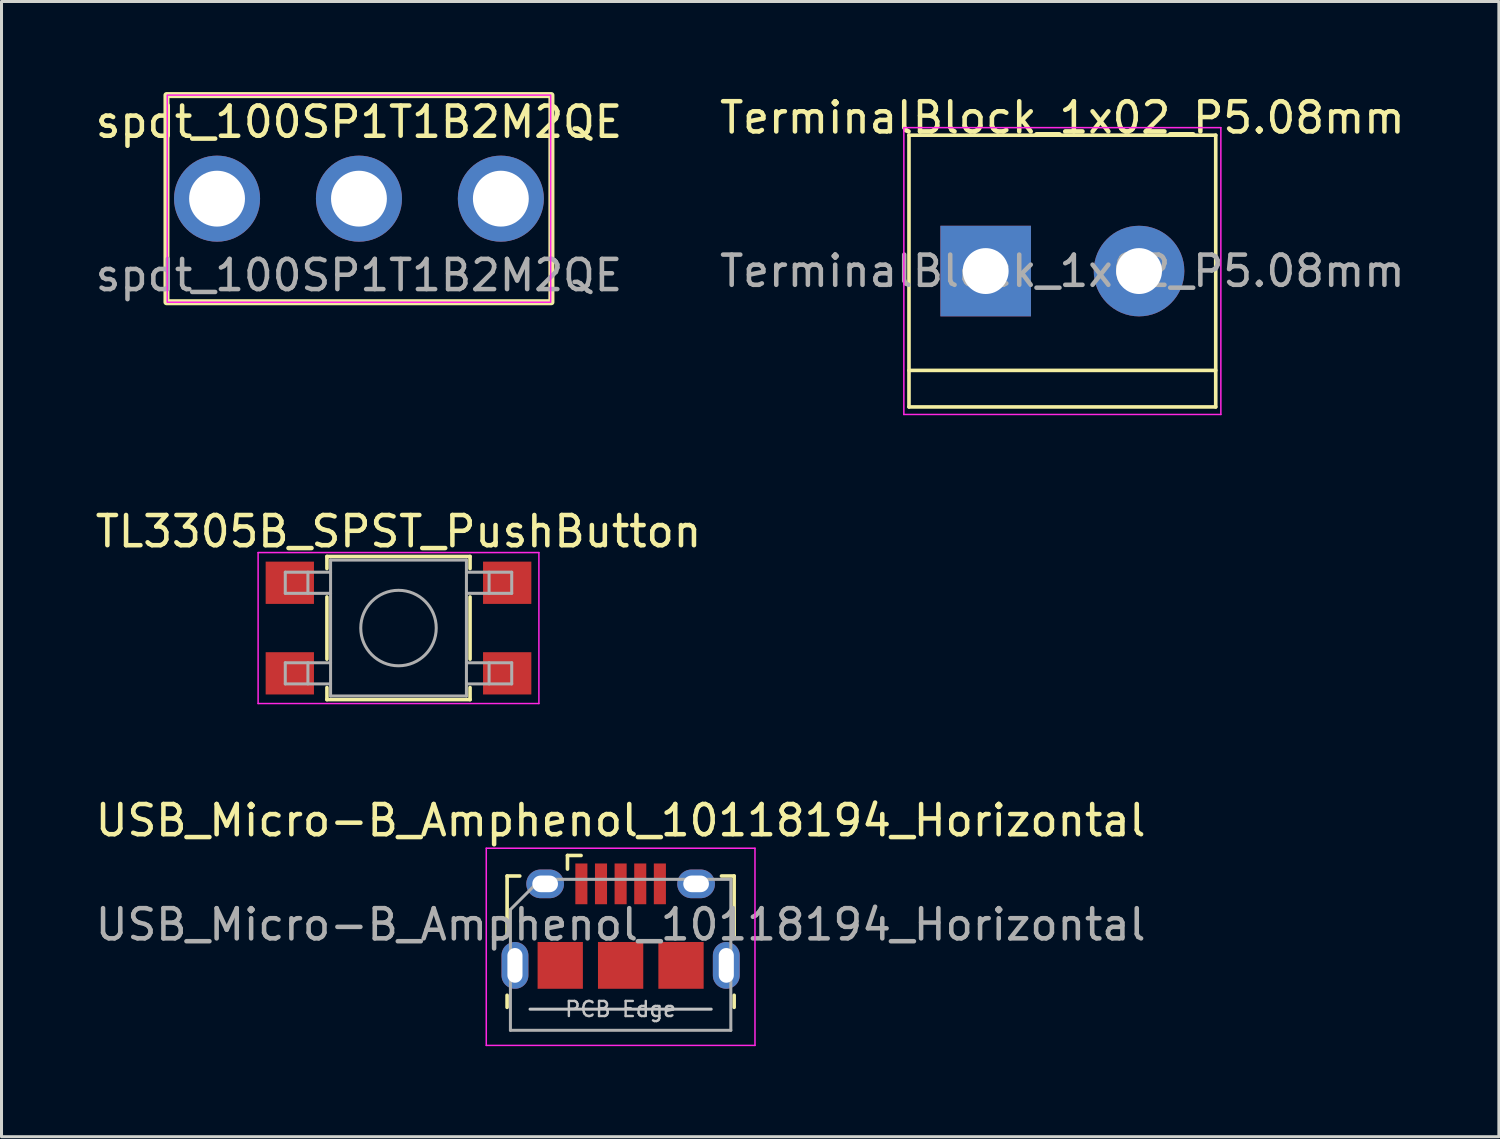
<source format=kicad_pcb>
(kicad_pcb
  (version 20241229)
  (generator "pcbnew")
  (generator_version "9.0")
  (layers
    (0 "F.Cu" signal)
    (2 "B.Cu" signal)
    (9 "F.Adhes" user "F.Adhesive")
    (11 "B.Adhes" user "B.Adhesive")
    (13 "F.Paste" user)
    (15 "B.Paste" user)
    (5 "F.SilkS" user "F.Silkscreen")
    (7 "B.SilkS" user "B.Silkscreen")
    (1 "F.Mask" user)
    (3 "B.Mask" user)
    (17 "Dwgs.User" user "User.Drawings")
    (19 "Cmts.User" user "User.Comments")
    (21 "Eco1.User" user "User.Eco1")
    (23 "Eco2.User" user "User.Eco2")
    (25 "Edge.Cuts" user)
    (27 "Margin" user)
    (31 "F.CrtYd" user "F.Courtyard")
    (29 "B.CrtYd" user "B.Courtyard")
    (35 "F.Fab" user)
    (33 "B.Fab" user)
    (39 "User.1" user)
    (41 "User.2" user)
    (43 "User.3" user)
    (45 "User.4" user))
  (footprint "TL3305B_SPST_PushButton"
    (layer "F.Cu")
    (at 10.149 17.752)
    (property "Reference" "TL3305B_SPST_PushButton" (at 0 -3.2 0) (layer "F.SilkS") (effects (font (size 1 1) (thickness 0.15))))
    (attr smd)
    (fp_line (start -2.37 -2.37) (end -2.37 -1.97) (stroke (width 0.12) (type solid)) (layer "F.SilkS"))
    (fp_line (start -2.37 -2.37) (end 2.37 -2.37) (stroke (width 0.12) (type solid)) (layer "F.SilkS"))
    (fp_line (start -2.37 1.03) (end -2.37 -1.03) (stroke (width 0.12) (type solid)) (layer "F.SilkS"))
    (fp_line (start -2.37 2.37) (end -2.37 1.97) (stroke (width 0.12) (type solid)) (layer "F.SilkS"))
    (fp_line (start -2.37 2.37) (end 2.37 2.37) (stroke (width 0.12) (type solid)) (layer "F.SilkS"))
    (fp_line (start 2.37 -2.37) (end 2.37 -1.97) (stroke (width 0.12) (type solid)) (layer "F.SilkS"))
    (fp_line (start 2.37 1.03) (end 2.37 -1.03) (stroke (width 0.12) (type solid)) (layer "F.SilkS"))
    (fp_line (start 2.37 2.37) (end 2.37 1.97) (stroke (width 0.12) (type solid)) (layer "F.SilkS"))
    (fp_line (start -4.65 -2.5) (end 4.65 -2.5) (stroke (width 0.05) (type solid)) (layer "F.CrtYd"))
    (fp_line (start -4.65 2.5) (end -4.65 -2.5) (stroke (width 0.05) (type solid)) (layer "F.CrtYd"))
    (fp_line (start 4.65 -2.5) (end 4.65 2.5) (stroke (width 0.05) (type solid)) (layer "F.CrtYd"))
    (fp_line (start 4.65 2.5) (end -4.65 2.5) (stroke (width 0.05) (type solid)) (layer "F.CrtYd"))
    (fp_line (start -3.75 -1.85) (end -3.75 -1.15) (stroke (width 0.1) (type solid)) (layer "F.Fab"))
    (fp_line (start -3.75 -1.15) (end -2.25 -1.15) (stroke (width 0.1) (type solid)) (layer "F.Fab"))
    (fp_line (start -3.75 1.15) (end -3.75 1.85) (stroke (width 0.1) (type solid)) (layer "F.Fab"))
    (fp_line (start -3.75 1.85) (end -2.25 1.85) (stroke (width 0.1) (type solid)) (layer "F.Fab"))
    (fp_line (start -3 -1.85) (end -3 -1.15) (stroke (width 0.1) (type solid)) (layer "F.Fab"))
    (fp_line (start -3 1.15) (end -3 1.85) (stroke (width 0.1) (type solid)) (layer "F.Fab"))
    (fp_line (start -2.25 -2.25) (end 2.25 -2.25) (stroke (width 0.1) (type solid)) (layer "F.Fab"))
    (fp_line (start -2.25 -1.85) (end -3.75 -1.85) (stroke (width 0.1) (type solid)) (layer "F.Fab"))
    (fp_line (start -2.25 1.15) (end -3.75 1.15) (stroke (width 0.1) (type solid)) (layer "F.Fab"))
    (fp_line (start -2.25 2.25) (end -2.25 -2.25) (stroke (width 0.1) (type solid)) (layer "F.Fab"))
    (fp_line (start 2.25 -2.25) (end 2.25 2.25) (stroke (width 0.1) (type solid)) (layer "F.Fab"))
    (fp_line (start 2.25 -1.15) (end 3.75 -1.15) (stroke (width 0.1) (type solid)) (layer "F.Fab"))
    (fp_line (start 2.25 1.15) (end 3.75 1.15) (stroke (width 0.1) (type solid)) (layer "F.Fab"))
    (fp_line (start 2.25 2.25) (end -2.25 2.25) (stroke (width 0.1) (type solid)) (layer "F.Fab"))
    (fp_line (start 3 -1.85) (end 3 -1.15) (stroke (width 0.1) (type solid)) (layer "F.Fab"))
    (fp_line (start 3 1.15) (end 3 1.85) (stroke (width 0.1) (type solid)) (layer "F.Fab"))
    (fp_line (start 3.75 -1.85) (end 2.25 -1.85) (stroke (width 0.1) (type solid)) (layer "F.Fab"))
    (fp_line (start 3.75 -1.15) (end 3.75 -1.85) (stroke (width 0.1) (type solid)) (layer "F.Fab"))
    (fp_line (start 3.75 1.15) (end 3.75 1.85) (stroke (width 0.1) (type solid)) (layer "F.Fab"))
    (fp_line (start 3.75 1.85) (end 2.25 1.85) (stroke (width 0.1) (type solid)) (layer "F.Fab"))
    (fp_circle (center 0 0) (end 1.25 0) (stroke (width 0.1) (type solid)) (fill no) (layer "F.Fab"))
    (pad "1" smd rect (at -3.6 -1.5) (size 1.6 1.4) (layers "F.Cu" "F.Mask" "F.Paste"))
    (pad "1" smd rect (at 3.6 -1.5) (size 1.6 1.4) (layers "F.Cu" "F.Mask" "F.Paste"))
    (pad "2" smd rect (at -3.6 1.5) (size 1.6 1.4) (layers "F.Cu" "F.Mask" "F.Paste"))
    (pad "2" smd rect (at 3.6 1.5) (size 1.6 1.4) (layers "F.Cu" "F.Mask" "F.Paste")))
  (footprint "TerminalBlock_1x02_P5.08mm"
    (layer "F.Cu")
    (at 29.597 5.928)
    (property "Reference" "TerminalBlock_1x02_P5.08mm" (at 2.54 -5.08 0) (layer "F.SilkS") (effects (font (size 1 1) (thickness 0.15))))
    (attr through_hole)
    (fp_line (start -2.54 -4.5) (end -2.54 4.5) (stroke (width 0.12) (type solid)) (layer "F.SilkS"))
    (fp_line (start -2.54 4.5) (end 7.62 4.5) (stroke (width 0.12) (type solid)) (layer "F.SilkS"))
    (fp_line (start 7.62 -4.5) (end -2.54 -4.5) (stroke (width 0.12) (type solid)) (layer "F.SilkS"))
    (fp_line (start 7.62 3.29) (end -2.54 3.29) (stroke (width 0.12) (type solid)) (layer "F.SilkS"))
    (fp_line (start 7.62 4.5) (end 7.62 -4.5) (stroke (width 0.12) (type solid)) (layer "F.SilkS"))
    (fp_line (start -2.71 -4.75) (end -2.71 4.75) (stroke (width 0.05) (type solid)) (layer "F.CrtYd"))
    (fp_line (start -2.71 -4.75) (end 7.79 -4.75) (stroke (width 0.05) (type solid)) (layer "F.CrtYd"))
    (fp_line (start 7.79 4.75) (end -2.71 4.75) (stroke (width 0.05) (type solid)) (layer "F.CrtYd"))
    (fp_line (start 7.79 4.75) (end 7.79 -4.75) (stroke (width 0.05) (type solid)) (layer "F.CrtYd"))
    (fp_text user "${REFERENCE}" (at 2.54 0 0) (layer "F.Fab") (effects (font (size 1 1) (thickness 0.15))))
    (pad "1" thru_hole rect (at 0 0) (size 3 3) (drill 1.52) (layers "*.Cu" "*.Mask"))
    (pad "2" thru_hole circle (at 5.08 0) (size 3 3) (drill 1.52) (layers "*.Cu" "*.Mask")))
  (footprint "spdt_100SP1T1B2M2QE"
    (layer "F.Cu")
    (at 8.839 3.53)
    (property "Reference" "spdt_100SP1T1B2M2QE" (at 0 -2.54 0) (layer "F.SilkS") (effects (font (size 1 1) (thickness 0.15))))
    (attr through_hole)
    (fp_rect (start -6.375 -3.43) (end 6.375 3.43) (stroke (width 0.2) (type default)) (fill no) (layer "F.SilkS"))
    (fp_rect (start -6.35 -3.43) (end 6.35 3.43) (stroke (width 0.05) (type default)) (fill no) (layer "F.CrtYd"))
    (fp_text user "${REFERENCE}" (at 0 2.54 0) (layer "F.Fab") (effects (font (size 1 1) (thickness 0.15))))
    (pad "1" thru_hole circle (at -4.7 0) (size 2.85 2.85) (drill 1.85) (layers "*.Cu" "*.Mask"))
    (pad "2" thru_hole circle (at 0 0) (size 2.85 2.85) (drill 1.85) (layers "*.Cu" "*.Mask"))
    (pad "3" thru_hole circle (at 4.7 0) (size 2.85 2.85) (drill 1.85) (layers "*.Cu" "*.Mask")))
  (footprint "USB_Micro-B_Amphenol_10118194_Horizontal"
    (layer "F.Cu")
    (at 17.506 27.625)
    (property "Reference" "USB_Micro-B_Amphenol_10118194_Horizontal" (at 0 -3.5 0) (layer "F.SilkS") (effects (font (size 1 1) (thickness 0.15))))
    (attr smd)
    (fp_line (start -3.76 -1.66) (end -3.34 -1.66) (stroke (width 0.12) (type solid)) (layer "F.SilkS"))
    (fp_line (start -3.76 0.32) (end -3.76 -1.66) (stroke (width 0.12) (type solid)) (layer "F.SilkS"))
    (fp_line (start -3.76 2.69) (end -3.76 2.29) (stroke (width 0.12) (type solid)) (layer "F.SilkS"))
    (fp_line (start -1.76 -1.89) (end -1.76 -2.34) (stroke (width 0.12) (type solid)) (layer "F.SilkS"))
    (fp_line (start -1.31 -2.34) (end -1.76 -2.34) (stroke (width 0.12) (type solid)) (layer "F.SilkS"))
    (fp_line (start 3.76 -1.66) (end 3.34 -1.66) (stroke (width 0.12) (type solid)) (layer "F.SilkS"))
    (fp_line (start 3.76 0.32) (end 3.76 -1.66) (stroke (width 0.12) (type solid)) (layer "F.SilkS"))
    (fp_line (start 3.76 2.29) (end 3.76 2.69) (stroke (width 0.12) (type solid)) (layer "F.SilkS"))
    (fp_line (start 3 2.75) (end -3 2.75) (stroke (width 0.1) (type solid)) (layer "Dwgs.User"))
    (fp_line (start -4.45 -2.58) (end -4.45 3.95) (stroke (width 0.05) (type solid)) (layer "F.CrtYd"))
    (fp_line (start -4.45 -2.58) (end 4.45 -2.58) (stroke (width 0.05) (type solid)) (layer "F.CrtYd"))
    (fp_line (start -4.45 3.95) (end 4.45 3.95) (stroke (width 0.05) (type solid)) (layer "F.CrtYd"))
    (fp_line (start 4.45 -2.58) (end 4.45 3.95) (stroke (width 0.05) (type solid)) (layer "F.CrtYd"))
    (fp_line (start -3.65 -0.55) (end -2.65 -1.55) (stroke (width 0.1) (type solid)) (layer "F.Fab"))
    (fp_line (start -3.65 3.45) (end -3.65 -0.55) (stroke (width 0.1) (type solid)) (layer "F.Fab"))
    (fp_line (start -2.65 -1.55) (end 3.65 -1.55) (stroke (width 0.1) (type solid)) (layer "F.Fab"))
    (fp_line (start 3.65 -1.55) (end 3.65 3.45) (stroke (width 0.1) (type solid)) (layer "F.Fab"))
    (fp_line (start 3.65 3.45) (end -3.65 3.45) (stroke (width 0.1) (type solid)) (layer "F.Fab"))
    (fp_text user "PCB Edge" (at 0 2.75 0) (layer "Dwgs.User") (effects (font (size 0.5 0.5) (thickness 0.08))))
    (fp_text user "${REFERENCE}" (at 0 -0.05 0) (layer "F.Fab") (effects (font (size 1 1) (thickness 0.15))))
    (pad "1" smd rect (at -1.3 -1.4) (size 0.4 1.35) (layers "F.Cu" "F.Mask" "F.Paste"))
    (pad "2" smd rect (at -0.65 -1.4) (size 0.4 1.35) (layers "F.Cu" "F.Mask" "F.Paste"))
    (pad "3" smd rect (at 0 -1.4) (size 0.4 1.35) (layers "F.Cu" "F.Mask" "F.Paste"))
    (pad "4" smd rect (at 0.65 -1.4) (size 0.4 1.35) (layers "F.Cu" "F.Mask" "F.Paste"))
    (pad "5" smd rect (at 1.3 -1.4) (size 0.4 1.35) (layers "F.Cu" "F.Mask" "F.Paste"))
    (pad "6" thru_hole oval (at -3.5 1.3) (size 0.89 1.55) (drill oval 0.5 1.15) (layers "*.Cu" "*.Mask"))
    (pad "6" thru_hole oval (at -2.5 -1.4) (size 1.25 0.95) (drill oval 0.85 0.55) (layers "*.Cu" "*.Mask"))
    (pad "6" smd rect (at -2 1.3) (size 1.5 1.55) (layers "F.Cu" "F.Mask" "F.Paste"))
    (pad "6" smd rect (at 0 1.3) (size 1.5 1.55) (layers "F.Cu" "F.Mask" "F.Paste"))
    (pad "6" smd rect (at 2 1.3) (size 1.5 1.55) (layers "F.Cu" "F.Mask" "F.Paste"))
    (pad "6" thru_hole oval (at 2.5 -1.4) (size 1.25 0.95) (drill oval 0.85 0.55) (layers "*.Cu" "*.Mask"))
    (pad "6" thru_hole oval (at 3.5 1.3) (size 0.89 1.55) (drill oval 0.5 1.15) (layers "*.Cu" "*.Mask")))
  (gr_rect
    (start -3 -3)
    (end 46.595 34.6)
    (stroke (width 0.1) (type default))
    (fill no)
    (layer "Edge.Cuts")))
</source>
